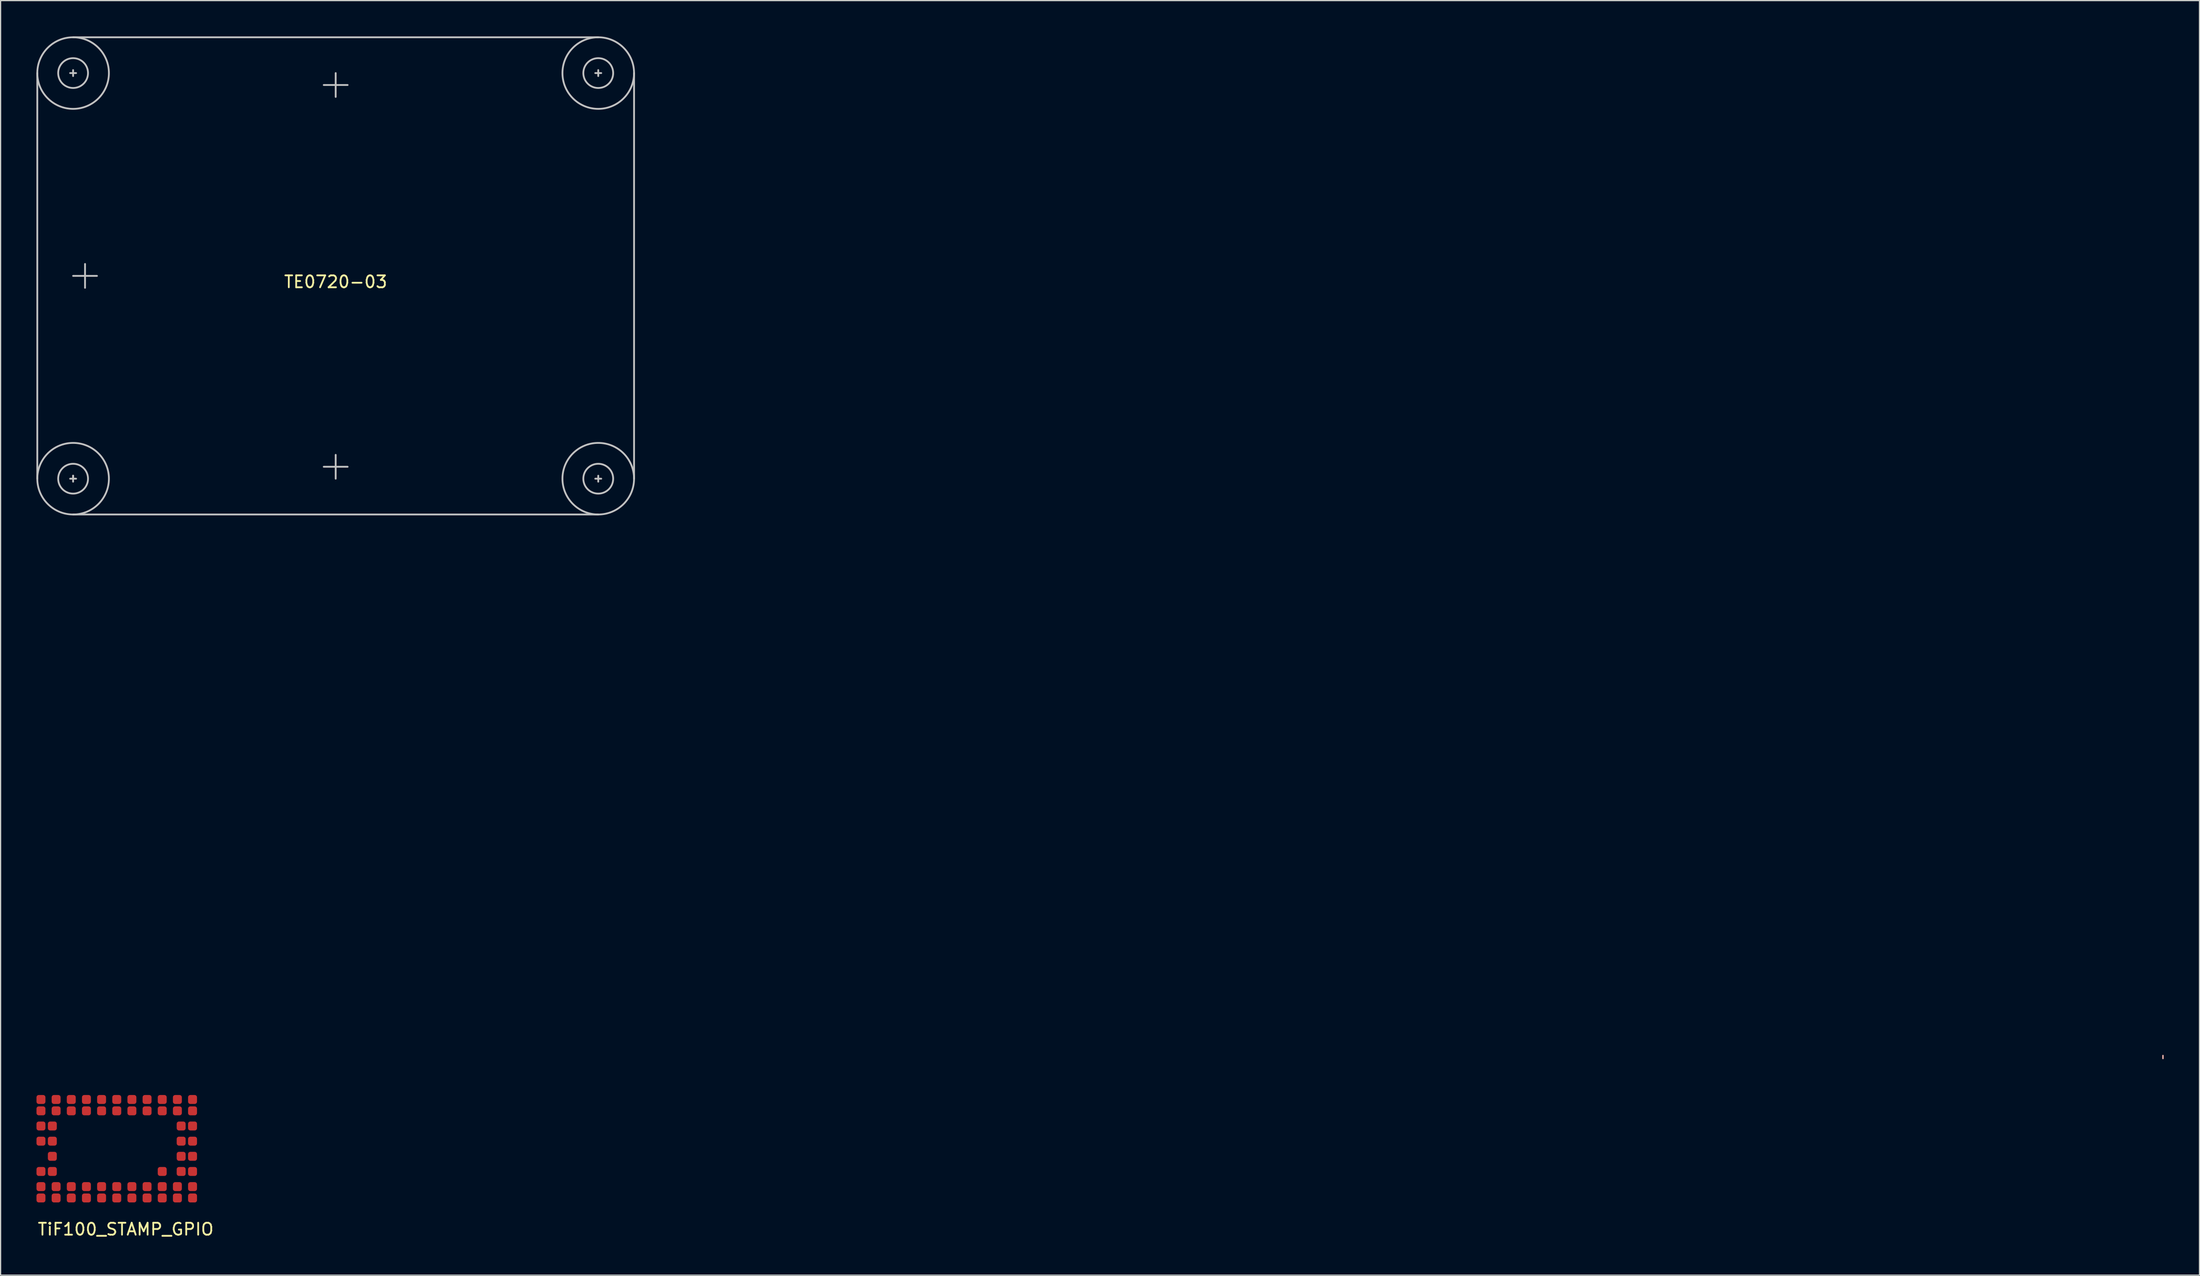
<source format=kicad_pcb>
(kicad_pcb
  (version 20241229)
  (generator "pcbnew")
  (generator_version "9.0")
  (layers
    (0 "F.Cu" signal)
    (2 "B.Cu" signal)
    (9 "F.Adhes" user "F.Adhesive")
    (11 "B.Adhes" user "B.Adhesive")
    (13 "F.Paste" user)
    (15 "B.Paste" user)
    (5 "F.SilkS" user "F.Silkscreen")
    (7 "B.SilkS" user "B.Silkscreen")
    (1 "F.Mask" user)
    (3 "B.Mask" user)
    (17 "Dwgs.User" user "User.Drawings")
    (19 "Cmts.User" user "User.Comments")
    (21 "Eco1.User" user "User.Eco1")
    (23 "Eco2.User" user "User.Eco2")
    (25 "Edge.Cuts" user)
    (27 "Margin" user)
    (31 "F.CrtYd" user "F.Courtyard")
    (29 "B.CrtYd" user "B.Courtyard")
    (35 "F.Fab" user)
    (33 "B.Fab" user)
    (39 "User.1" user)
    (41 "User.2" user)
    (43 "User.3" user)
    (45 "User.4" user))
  (footprint "TE0720-03"
    (layer "F.Cu")
    (at 25.075 20.075)
    (property "Reference" "TE0720-03" (at 0 0.5 0) (layer "F.SilkS") (effects (font (size 1 1) (thickness 0.15))))
    (attr through_hole)
    (fp_line (start 153.1 65.6) (end 153.1 65.35) (stroke (width 0.12) (type solid)) (layer "B.SilkS"))
    (fp_line (start -25 17) (end -25 -17) (stroke (width 0.15) (type solid)) (layer "Dwgs.User"))
    (fp_line (start -22 -20) (end 22 -20) (stroke (width 0.15) (type solid)) (layer "Dwgs.User"))
    (fp_line (start -22 -17.25) (end -22 -16.75) (stroke (width 0.15) (type solid)) (layer "Dwgs.User"))
    (fp_line (start -22 0) (end -20 0) (stroke (width 0.15) (type solid)) (layer "Dwgs.User"))
    (fp_line (start -22 16.75) (end -22 17.25) (stroke (width 0.15) (type solid)) (layer "Dwgs.User"))
    (fp_line (start -22 17) (end -22 16.75) (stroke (width 0.15) (type solid)) (layer "Dwgs.User"))
    (fp_line (start -22 20) (end 22 20) (stroke (width 0.15) (type solid)) (layer "Dwgs.User"))
    (fp_line (start -21.75 -17) (end -22.25 -17) (stroke (width 0.15) (type solid)) (layer "Dwgs.User"))
    (fp_line (start -21.75 17) (end -22.25 17) (stroke (width 0.15) (type solid)) (layer "Dwgs.User"))
    (fp_line (start -21 1) (end -21 -1) (stroke (width 0.15) (type solid)) (layer "Dwgs.User"))
    (fp_line (start -1 -16) (end 1 -16) (stroke (width 0.15) (type solid)) (layer "Dwgs.User"))
    (fp_line (start 0 -17) (end 0 -15) (stroke (width 0.15) (type solid)) (layer "Dwgs.User"))
    (fp_line (start 0 15) (end 0 17) (stroke (width 0.15) (type solid)) (layer "Dwgs.User"))
    (fp_line (start 1 16) (end -1 16) (stroke (width 0.15) (type solid)) (layer "Dwgs.User"))
    (fp_line (start 22 -17) (end 22 -17.25) (stroke (width 0.15) (type solid)) (layer "Dwgs.User"))
    (fp_line (start 22 -16.75) (end 22 -17) (stroke (width 0.15) (type solid)) (layer "Dwgs.User"))
    (fp_line (start 22 16.75) (end 22 17.25) (stroke (width 0.15) (type solid)) (layer "Dwgs.User"))
    (fp_line (start 22.25 -17) (end 21.75 -17) (stroke (width 0.15) (type solid)) (layer "Dwgs.User"))
    (fp_line (start 22.25 17) (end 21.75 17) (stroke (width 0.15) (type solid)) (layer "Dwgs.User"))
    (fp_line (start 25 17) (end 25 -17) (stroke (width 0.15) (type solid)) (layer "Dwgs.User"))
    (fp_circle (center -22 -17) (end -22 -20) (stroke (width 0.15) (type solid)) (fill no) (layer "Dwgs.User"))
    (fp_circle (center -22 -17) (end -20.75 -17) (stroke (width 0.15) (type solid)) (fill no) (layer "Dwgs.User"))
    (fp_circle (center -22 17) (end -22 20) (stroke (width 0.15) (type solid)) (fill no) (layer "Dwgs.User"))
    (fp_circle (center -22 17) (end -20.75 17) (stroke (width 0.15) (type solid)) (fill no) (layer "Dwgs.User"))
    (fp_circle (center 22 -17) (end 22 -20) (stroke (width 0.15) (type solid)) (fill no) (layer "Dwgs.User"))
    (fp_circle (center 22 -17) (end 23.25 -17) (stroke (width 0.15) (type solid)) (fill no) (layer "Dwgs.User"))
    (fp_circle (center 22 17) (end 22 20) (stroke (width 0.15) (type solid)) (fill no) (layer "Dwgs.User"))
    (fp_circle (center 22 17) (end 23.25 17) (stroke (width 0.15) (type solid)) (fill no) (layer "Dwgs.User")))
  (footprint "TiF100_STAMP_GPIO"
    (layer "F.Cu")
    (at 6.732 93.237)
    (property "Reference" "TiF100_STAMP_GPIO" (at 0.75 6.75 0) (unlocked yes) (layer "F.SilkS") (effects (font (size 1 1) (thickness 0.15))))
    (pad "A4" smd roundrect (at 3.81 1.905) (size 0.75 0.75) (layers "F.Cu" "F.Mask" "F.Paste") (roundrect_rratio 0.25))
    (pad "A9" smd roundrect (at 6.35 -3.175) (size 0.75 0.75) (layers "F.Cu" "F.Mask" "F.Paste") (roundrect_rratio 0.25))
    (pad "A10" smd roundrect (at 6.35 -4.128) (size 0.75 0.75) (layers "F.Cu" "F.Mask" "F.Paste") (roundrect_rratio 0.25))
    (pad "B1" smd roundrect (at 3.81 3.175) (size 0.75 0.75) (layers "F.Cu" "F.Mask" "F.Paste") (roundrect_rratio 0.25))
    (pad "B2" smd roundrect (at 6.35 4.128) (size 0.75 0.75) (layers "F.Cu" "F.Mask" "F.Paste") (roundrect_rratio 0.25))
    (pad "B3" smd roundrect (at 6.35 3.175) (size 0.75 0.75) (layers "F.Cu" "F.Mask" "F.Paste") (roundrect_rratio 0.25))
    (pad "B4" smd roundrect (at 6.35 1.905) (size 0.75 0.75) (layers "F.Cu" "F.Mask" "F.Paste") (roundrect_rratio 0.25))
    (pad "B8" smd roundrect (at 6.35 -1.905) (size 0.75 0.75) (layers "F.Cu" "F.Mask" "F.Paste") (roundrect_rratio 0.25))
    (pad "B9" smd roundrect (at 3.81 -3.175) (size 0.75 0.75) (layers "F.Cu" "F.Mask" "F.Paste") (roundrect_rratio 0.25))
    (pad "B10" smd roundrect (at 3.81 -4.128) (size 0.75 0.75) (layers "F.Cu" "F.Mask" "F.Paste") (roundrect_rratio 0.25))
    (pad "C1" smd roundrect (at 3.81 4.128) (size 0.75 0.75) (layers "F.Cu" "F.Mask" "F.Paste") (roundrect_rratio 0.25))
    (pad "C2" smd roundrect (at 5.08 4.128) (size 0.75 0.75) (layers "F.Cu" "F.Mask" "F.Paste") (roundrect_rratio 0.25))
    (pad "C3" smd roundrect (at 5.08 3.175) (size 0.75 0.75) (layers "F.Cu" "F.Mask" "F.Paste") (roundrect_rratio 0.25))
    (pad "C4" smd roundrect (at 5.397 1.905) (size 0.75 0.75) (layers "F.Cu" "F.Mask" "F.Paste") (roundrect_rratio 0.25))
    (pad "C5" smd roundrect (at 6.35 0.635) (size 0.75 0.75) (layers "F.Cu" "F.Mask" "F.Paste") (roundrect_rratio 0.25))
    (pad "C7" smd roundrect (at 6.35 -0.635) (size 0.75 0.75) (layers "F.Cu" "F.Mask" "F.Paste") (roundrect_rratio 0.25))
    (pad "C8" smd roundrect (at 5.397 -1.905) (size 0.75 0.75) (layers "F.Cu" "F.Mask" "F.Paste") (roundrect_rratio 0.25))
    (pad "C10" smd roundrect (at 2.54 -3.175) (size 0.75 0.75) (layers "F.Cu" "F.Mask" "F.Paste") (roundrect_rratio 0.25))
    (pad "D1" smd roundrect (at 2.54 3.175) (size 0.75 0.75) (layers "F.Cu" "F.Mask" "F.Paste") (roundrect_rratio 0.25))
    (pad "D5" smd roundrect (at 5.397 0.635) (size 0.75 0.75) (layers "F.Cu" "F.Mask" "F.Paste") (roundrect_rratio 0.25))
    (pad "D6" smd roundrect (at 5.397 -0.635) (size 0.75 0.75) (layers "F.Cu" "F.Mask" "F.Paste") (roundrect_rratio 0.25))
    (pad "D8" smd roundrect (at 5.08 -3.175) (size 0.75 0.75) (layers "F.Cu" "F.Mask" "F.Paste") (roundrect_rratio 0.25))
    (pad "D9" smd roundrect (at 5.08 -4.128) (size 0.75 0.75) (layers "F.Cu" "F.Mask" "F.Paste") (roundrect_rratio 0.25))
    (pad "D10" smd roundrect (at 2.54 -4.128) (size 0.75 0.75) (layers "F.Cu" "F.Mask" "F.Paste") (roundrect_rratio 0.25))
    (pad "E1" smd roundrect (at 2.54 4.128) (size 0.75 0.75) (layers "F.Cu" "F.Mask" "F.Paste") (roundrect_rratio 0.25))
    (pad "E2" smd roundrect (at 1.27 4.128) (size 0.75 0.75) (layers "F.Cu" "F.Mask" "F.Paste") (roundrect_rratio 0.25))
    (pad "E3" smd roundrect (at 1.27 3.175) (size 0.75 0.75) (layers "F.Cu" "F.Mask" "F.Paste") (roundrect_rratio 0.25))
    (pad "E4" smd roundrect (at 0 4.128) (size 0.75 0.75) (layers "F.Cu" "F.Mask" "F.Paste") (roundrect_rratio 0.25))
    (pad "E5" smd roundrect (at 0 3.175) (size 0.75 0.75) (layers "F.Cu" "F.Mask" "F.Paste") (roundrect_rratio 0.25))
    (pad "E7" smd roundrect (at 0 -3.175) (size 0.75 0.75) (layers "F.Cu" "F.Mask" "F.Paste") (roundrect_rratio 0.25))
    (pad "E8" smd roundrect (at 1.27 -3.175) (size 0.75 0.75) (layers "F.Cu" "F.Mask" "F.Paste") (roundrect_rratio 0.25))
    (pad "E9" smd roundrect (at 1.27 -4.128) (size 0.75 0.75) (layers "F.Cu" "F.Mask" "F.Paste") (roundrect_rratio 0.25))
    (pad "F1" smd roundrect (at -3.81 4.128) (size 0.75 0.75) (layers "F.Cu" "F.Mask" "F.Paste") (roundrect_rratio 0.25))
    (pad "F2" smd roundrect (at -1.27 4.128) (size 0.75 0.75) (layers "F.Cu" "F.Mask" "F.Paste") (roundrect_rratio 0.25))
    (pad "F3" smd roundrect (at -1.27 3.175) (size 0.75 0.75) (layers "F.Cu" "F.Mask" "F.Paste") (roundrect_rratio 0.25))
    (pad "F4" smd roundrect (at -2.54 4.128) (size 0.75 0.75) (layers "F.Cu" "F.Mask" "F.Paste") (roundrect_rratio 0.25))
    (pad "F5" smd roundrect (at -2.54 3.175) (size 0.75 0.75) (layers "F.Cu" "F.Mask" "F.Paste") (roundrect_rratio 0.25))
    (pad "F7" smd roundrect (at 0 -4.128) (size 0.75 0.75) (layers "F.Cu" "F.Mask" "F.Paste") (roundrect_rratio 0.25))
    (pad "F8" smd roundrect (at -2.54 -4.128) (size 0.75 0.75) (layers "F.Cu" "F.Mask" "F.Paste") (roundrect_rratio 0.25))
    (pad "F9" smd roundrect (at -1.27 -3.175) (size 0.75 0.75) (layers "F.Cu" "F.Mask" "F.Paste") (roundrect_rratio 0.25))
    (pad "F10" smd roundrect (at -1.27 -4.128) (size 0.75 0.75) (layers "F.Cu" "F.Mask" "F.Paste") (roundrect_rratio 0.25))
    (pad "G1" smd roundrect (at -3.81 3.175) (size 0.75 0.75) (layers "F.Cu" "F.Mask" "F.Paste") (roundrect_rratio 0.25))
    (pad "G3" smd roundrect (at -5.397 1.905) (size 0.75 0.75) (layers "F.Cu" "F.Mask" "F.Paste") (roundrect_rratio 0.25))
    (pad "G4" smd roundrect (at -6.35 1.905) (size 0.75 0.75) (layers "F.Cu" "F.Mask" "F.Paste") (roundrect_rratio 0.25))
    (pad "G8" smd roundrect (at -2.54 -3.175) (size 0.75 0.75) (layers "F.Cu" "F.Mask" "F.Paste") (roundrect_rratio 0.25))
    (pad "G10" smd roundrect (at -3.81 -4.128) (size 0.75 0.75) (layers "F.Cu" "F.Mask" "F.Paste") (roundrect_rratio 0.25))
    (pad "H1" smd roundrect (at -5.08 4.128) (size 0.75 0.75) (layers "F.Cu" "F.Mask" "F.Paste") (roundrect_rratio 0.25))
    (pad "H2" smd roundrect (at -5.08 3.175) (size 0.75 0.75) (layers "F.Cu" "F.Mask" "F.Paste") (roundrect_rratio 0.25))
    (pad "H5" smd roundrect (at -5.397 0.635) (size 0.75 0.75) (layers "F.Cu" "F.Mask" "F.Paste") (roundrect_rratio 0.25))
    (pad "H6" smd roundrect (at -5.397 -0.635) (size 0.75 0.75) (layers "F.Cu" "F.Mask" "F.Paste") (roundrect_rratio 0.25))
    (pad "H8" smd roundrect (at -5.08 -3.175) (size 0.75 0.75) (layers "F.Cu" "F.Mask" "F.Paste") (roundrect_rratio 0.25))
    (pad "H9" smd roundrect (at -5.08 -4.128) (size 0.75 0.75) (layers "F.Cu" "F.Mask" "F.Paste") (roundrect_rratio 0.25))
    (pad "H10" smd roundrect (at -3.81 -3.175) (size 0.75 0.75) (layers "F.Cu" "F.Mask" "F.Paste") (roundrect_rratio 0.25))
    (pad "J1" smd roundrect (at -6.35 4.128) (size 0.75 0.75) (layers "F.Cu" "F.Mask" "F.Paste") (roundrect_rratio 0.25))
    (pad "J2" smd roundrect (at -6.35 3.175) (size 0.75 0.75) (layers "F.Cu" "F.Mask" "F.Paste") (roundrect_rratio 0.25))
    (pad "J6" smd roundrect (at -6.35 -0.635) (size 0.75 0.75) (layers "F.Cu" "F.Mask" "F.Paste") (roundrect_rratio 0.25))
    (pad "J7" smd roundrect (at -6.35 -1.905) (size 0.75 0.75) (layers "F.Cu" "F.Mask" "F.Paste") (roundrect_rratio 0.25))
    (pad "J8" smd roundrect (at -5.397 -1.905) (size 0.75 0.75) (layers "F.Cu" "F.Mask" "F.Paste") (roundrect_rratio 0.25))
    (pad "J10" smd roundrect (at -6.35 -4.128) (size 0.75 0.75) (layers "F.Cu" "F.Mask" "F.Paste") (roundrect_rratio 0.25))
    (pad "K10" smd roundrect (at -6.35 -3.175) (size 0.75 0.75) (layers "F.Cu" "F.Mask" "F.Paste") (roundrect_rratio 0.25)))
  (gr_rect
    (start -3 -3)
    (end 181.235 103.836)
    (stroke (width 0.1) (type default))
    (fill no)
    (layer "Edge.Cuts")))
</source>
